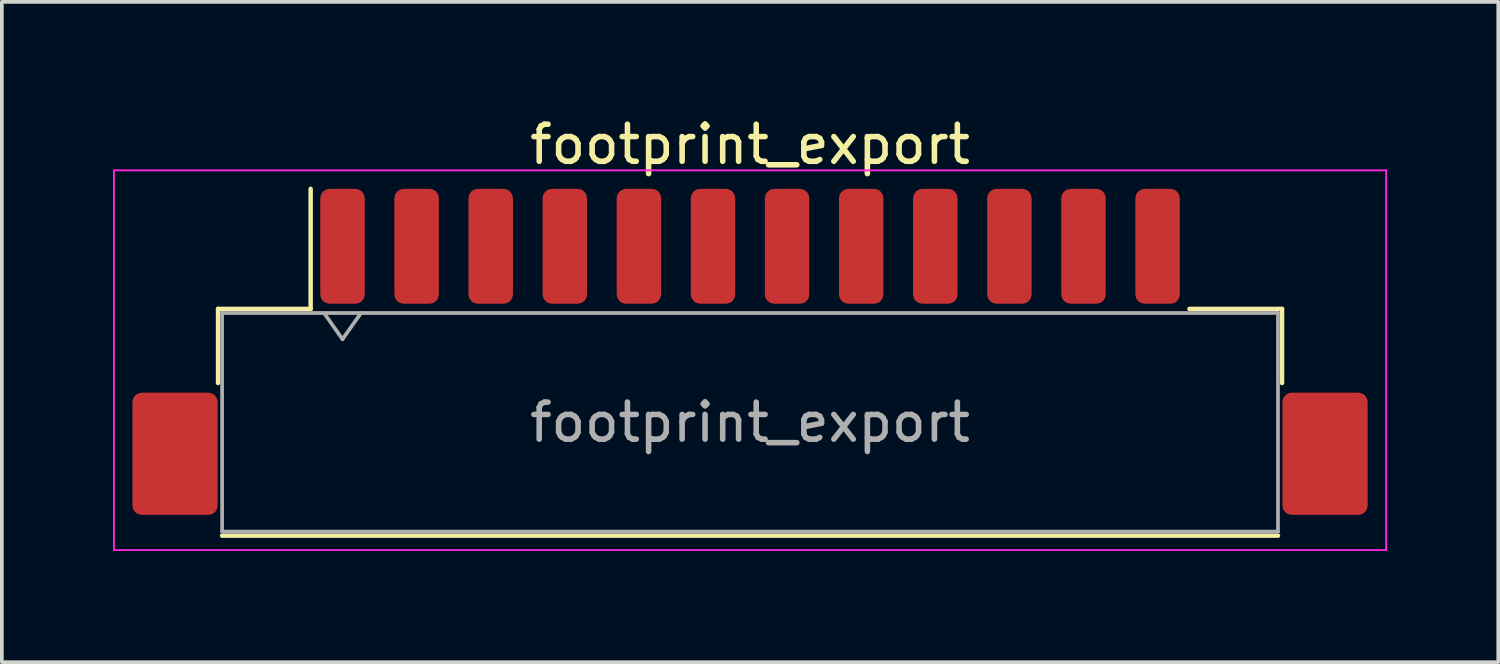
<source format=kicad_pcb>
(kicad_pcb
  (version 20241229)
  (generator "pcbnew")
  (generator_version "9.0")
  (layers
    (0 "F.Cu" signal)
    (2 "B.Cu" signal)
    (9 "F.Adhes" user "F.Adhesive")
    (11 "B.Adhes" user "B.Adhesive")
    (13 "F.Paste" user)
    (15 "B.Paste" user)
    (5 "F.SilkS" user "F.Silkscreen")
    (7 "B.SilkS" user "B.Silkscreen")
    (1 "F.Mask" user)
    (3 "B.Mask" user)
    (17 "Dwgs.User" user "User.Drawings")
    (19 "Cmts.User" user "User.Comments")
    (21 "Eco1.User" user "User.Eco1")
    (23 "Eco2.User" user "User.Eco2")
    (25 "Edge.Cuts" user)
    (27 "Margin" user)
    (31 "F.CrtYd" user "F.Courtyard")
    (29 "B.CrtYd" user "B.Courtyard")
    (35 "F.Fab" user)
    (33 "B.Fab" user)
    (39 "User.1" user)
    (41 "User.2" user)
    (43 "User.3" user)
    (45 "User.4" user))
  (footprint "footprint_export"
    (layer "F.Cu")
    (at 17.195 6.448)
    (property "Reference" "footprint_export" (at 0 -5.6 0) (layer "F.SilkS") (effects (font (size 1 1) (thickness 0.15))))
    (attr smd)
    (fp_line (start -14.36 -1.16) (end -11.86 -1.16) (stroke (width 0.12) (type solid)) (layer "F.SilkS"))
    (fp_line (start -14.36 0.84) (end -14.36 -1.16) (stroke (width 0.12) (type solid)) (layer "F.SilkS"))
    (fp_line (start -14.25 4.96) (end 14.25 4.96) (stroke (width 0.12) (type solid)) (layer "F.SilkS"))
    (fp_line (start -11.86 -1.16) (end -11.86 -4.4) (stroke (width 0.12) (type solid)) (layer "F.SilkS"))
    (fp_line (start 14.36 -1.16) (end 11.86 -1.16) (stroke (width 0.12) (type solid)) (layer "F.SilkS"))
    (fp_line (start 14.36 0.84) (end 14.36 -1.16) (stroke (width 0.12) (type solid)) (layer "F.SilkS"))
    (fp_line (start -17.17 -4.9) (end -17.17 5.35) (stroke (width 0.05) (type solid)) (layer "F.CrtYd"))
    (fp_line (start -17.17 5.35) (end 17.17 5.35) (stroke (width 0.05) (type solid)) (layer "F.CrtYd"))
    (fp_line (start 17.17 -4.9) (end -17.17 -4.9) (stroke (width 0.05) (type solid)) (layer "F.CrtYd"))
    (fp_line (start 17.17 5.35) (end 17.17 -4.9) (stroke (width 0.05) (type solid)) (layer "F.CrtYd"))
    (fp_line (start -14.25 -1.05) (end -14.25 4.85) (stroke (width 0.1) (type solid)) (layer "F.Fab"))
    (fp_line (start -14.25 -1.05) (end 14.25 -1.05) (stroke (width 0.1) (type solid)) (layer "F.Fab"))
    (fp_line (start -14.25 4.85) (end 14.25 4.85) (stroke (width 0.1) (type solid)) (layer "F.Fab"))
    (fp_line (start -11.5 -1.05) (end -11 -0.343) (stroke (width 0.1) (type solid)) (layer "F.Fab"))
    (fp_line (start -11 -0.343) (end -10.5 -1.05) (stroke (width 0.1) (type solid)) (layer "F.Fab"))
    (fp_line (start 14.25 -1.05) (end 14.25 4.85) (stroke (width 0.1) (type solid)) (layer "F.Fab"))
    (fp_text user "${REFERENCE}" (at 0 1.9 0) (layer "F.Fab") (effects (font (size 1 1) (thickness 0.15))))
    (pad "1" smd roundrect (at -11 -2.85) (size 1.2 3.1) (layers "F.Cu" "F.Mask" "F.Paste") (roundrect_rratio 0.208))
    (pad "2" smd roundrect (at -9 -2.85) (size 1.2 3.1) (layers "F.Cu" "F.Mask" "F.Paste") (roundrect_rratio 0.208))
    (pad "3" smd roundrect (at -7 -2.85) (size 1.2 3.1) (layers "F.Cu" "F.Mask" "F.Paste") (roundrect_rratio 0.208))
    (pad "4" smd roundrect (at -5 -2.85) (size 1.2 3.1) (layers "F.Cu" "F.Mask" "F.Paste") (roundrect_rratio 0.208))
    (pad "5" smd roundrect (at -3 -2.85) (size 1.2 3.1) (layers "F.Cu" "F.Mask" "F.Paste") (roundrect_rratio 0.208))
    (pad "6" smd roundrect (at -1 -2.85) (size 1.2 3.1) (layers "F.Cu" "F.Mask" "F.Paste") (roundrect_rratio 0.208))
    (pad "7" smd roundrect (at 1 -2.85) (size 1.2 3.1) (layers "F.Cu" "F.Mask" "F.Paste") (roundrect_rratio 0.208))
    (pad "8" smd roundrect (at 3 -2.85) (size 1.2 3.1) (layers "F.Cu" "F.Mask" "F.Paste") (roundrect_rratio 0.208))
    (pad "9" smd roundrect (at 5 -2.85) (size 1.2 3.1) (layers "F.Cu" "F.Mask" "F.Paste") (roundrect_rratio 0.208))
    (pad "10" smd roundrect (at 7 -2.85) (size 1.2 3.1) (layers "F.Cu" "F.Mask" "F.Paste") (roundrect_rratio 0.208))
    (pad "11" smd roundrect (at 9 -2.85) (size 1.2 3.1) (layers "F.Cu" "F.Mask" "F.Paste") (roundrect_rratio 0.208))
    (pad "12" smd roundrect (at 11 -2.85) (size 1.2 3.1) (layers "F.Cu" "F.Mask" "F.Paste") (roundrect_rratio 0.208))
    (pad "MP" smd roundrect (at -15.52 2.75) (size 2.3 3.3) (layers "F.Cu" "F.Mask" "F.Paste") (roundrect_rratio 0.109))
    (pad "MP" smd roundrect (at 15.52 2.75) (size 2.3 3.3) (layers "F.Cu" "F.Mask" "F.Paste") (roundrect_rratio 0.109)))
  (gr_rect
    (start -3 -3)
    (end 37.39 14.823)
    (stroke (width 0.1) (type default))
    (fill no)
    (layer "Edge.Cuts")))
</source>
